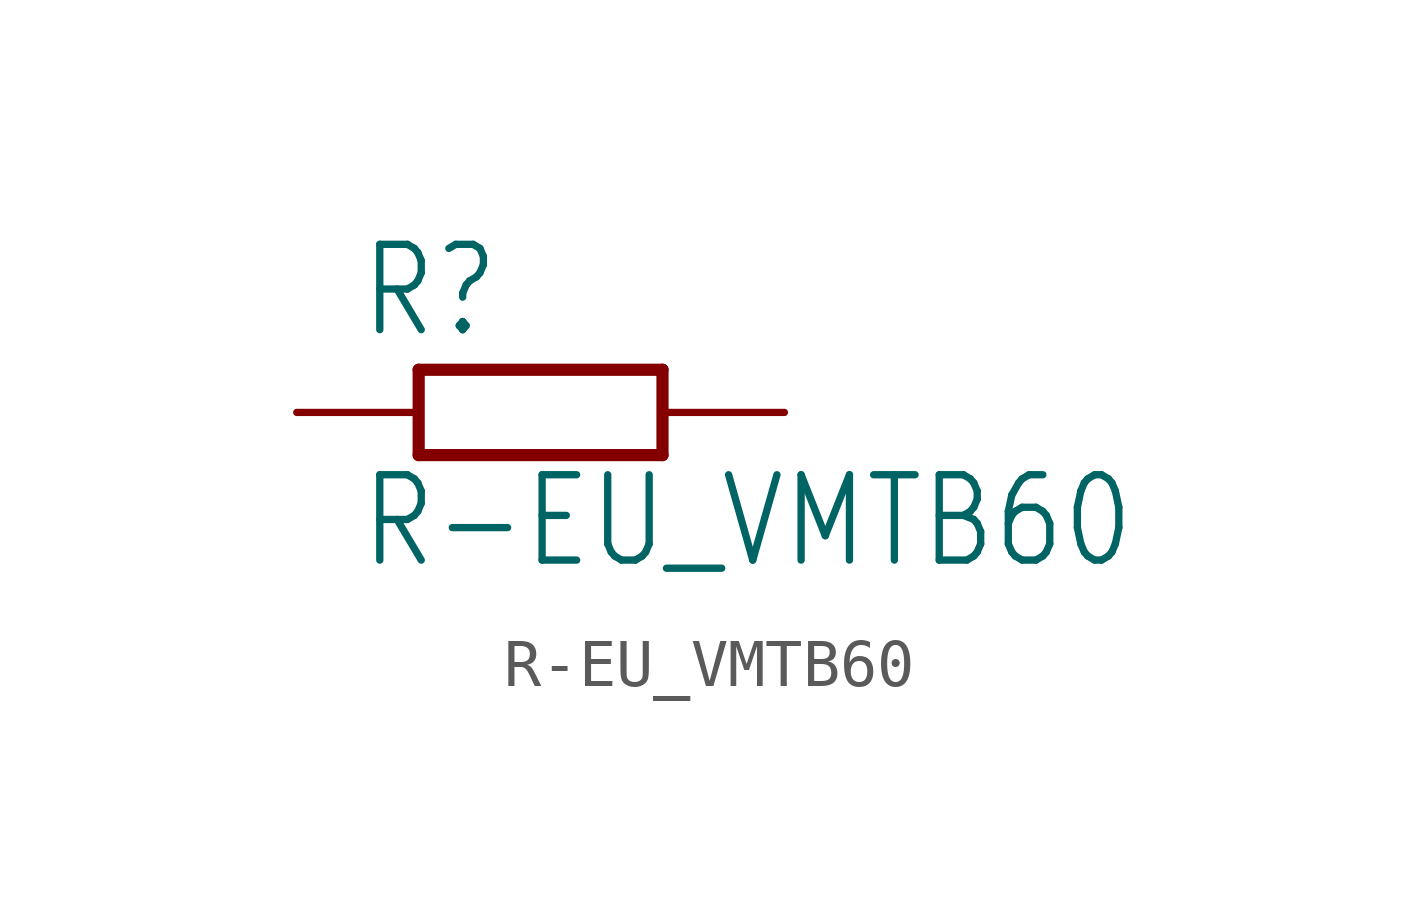
<source format=kicad_sym>
(kicad_symbol_lib
  (version 20201005)
  (generator kicad_symbol_editor)
  (symbol "R-EU_VMTB60"
    (property "Reference" "R"
      (at -3.81 1.499 0)
      (effects (font (size 1.778 1.511)) (justify left bottom)))
    (property "Value" "R-EU_VMTB60"
      (at -3.81 -3.302 0)
      (effects (font (size 1.778 1.511)) (justify left bottom)))
    (property "ki_locked" ""
      (at 0 0 0)
      (effects (font (size 1.27 1.27))))
    (symbol "R-EU_VMTB60_1_0"
      (polyline (pts (xy -2.54 -0.889) (xy 2.54 -0.889)) (stroke (width 0.254)) (fill (type none)))
      (polyline (pts (xy 2.54 0.889) (xy -2.54 0.889)) (stroke (width 0.254)) (fill (type none)))
      (polyline (pts (xy 2.54 -0.889) (xy 2.54 0.889)) (stroke (width 0.254)) (fill (type none)))
      (polyline (pts (xy -2.54 -0.889) (xy -2.54 0.889)) (stroke (width 0.254)) (fill (type none)))
      (pin passive line (at 5.08 0 180) (length 2.54) (name "2" (effects (font (size 0 0)))) (number "2" (effects (font (size 0 0)))))
      (pin passive line (at -5.08 0 0) (length 2.54) (name "1" (effects (font (size 0 0)))) (number "1" (effects (font (size 0 0))))))))
</source>
